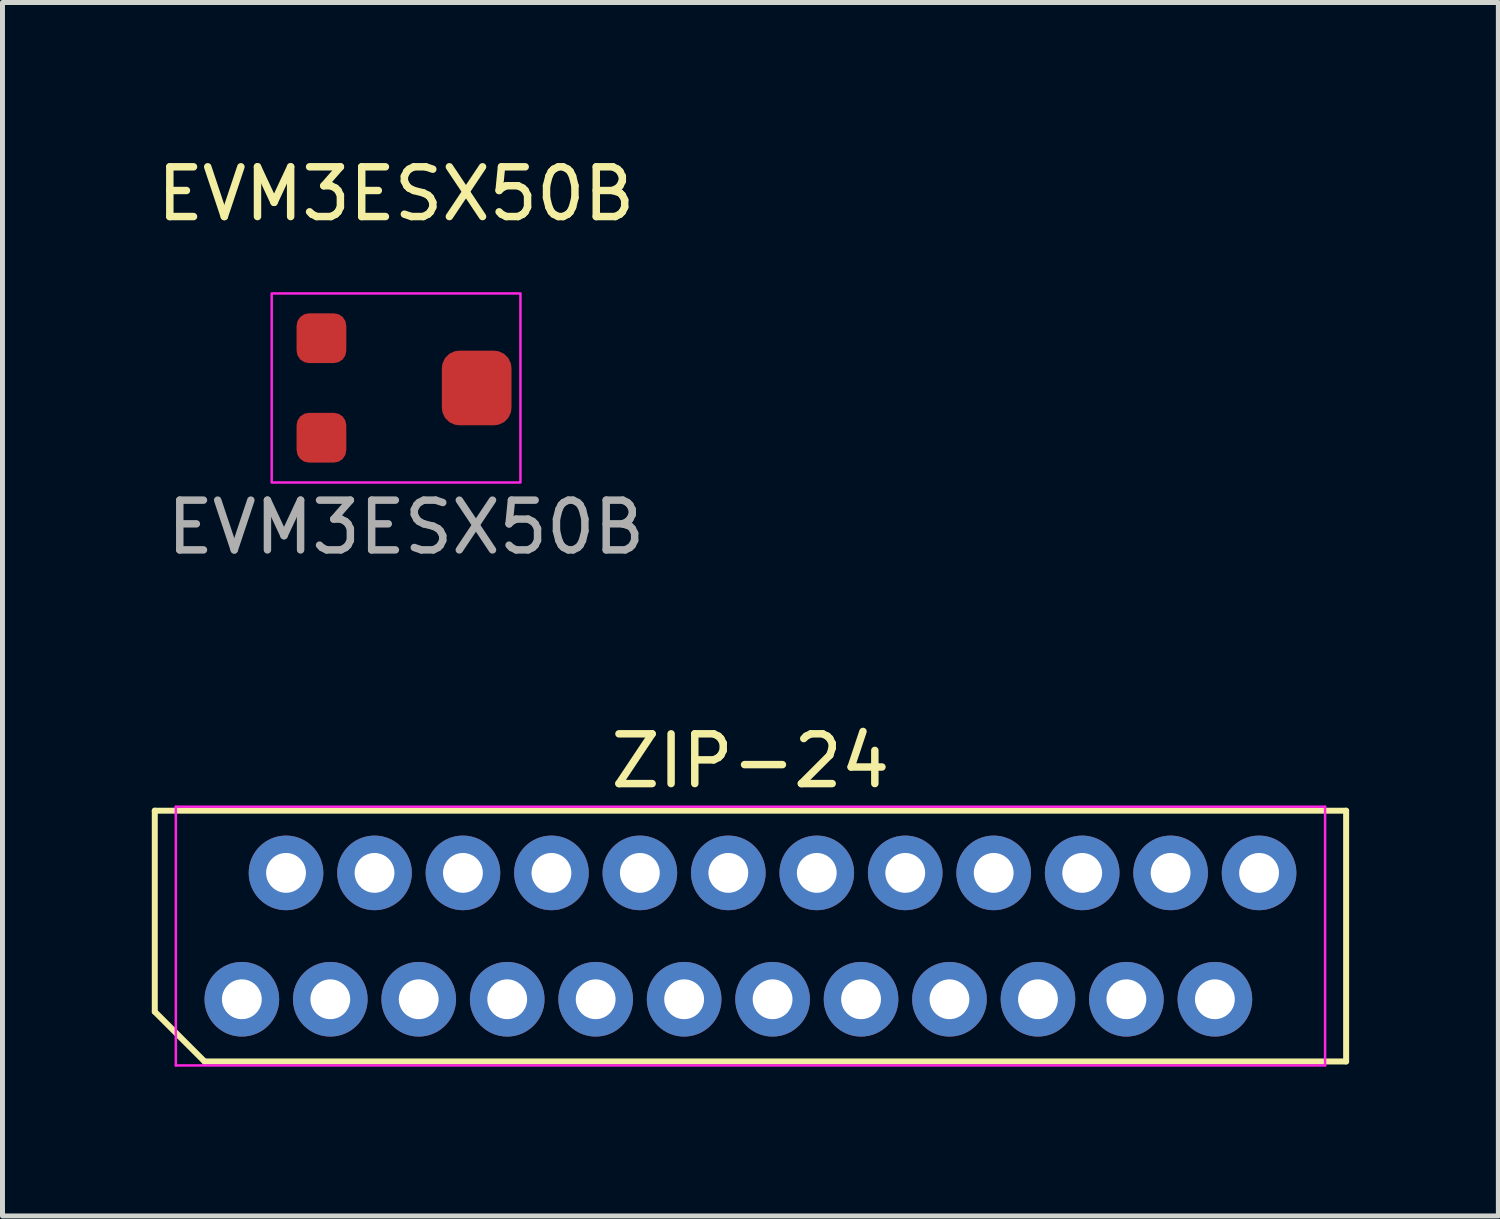
<source format=kicad_pcb>
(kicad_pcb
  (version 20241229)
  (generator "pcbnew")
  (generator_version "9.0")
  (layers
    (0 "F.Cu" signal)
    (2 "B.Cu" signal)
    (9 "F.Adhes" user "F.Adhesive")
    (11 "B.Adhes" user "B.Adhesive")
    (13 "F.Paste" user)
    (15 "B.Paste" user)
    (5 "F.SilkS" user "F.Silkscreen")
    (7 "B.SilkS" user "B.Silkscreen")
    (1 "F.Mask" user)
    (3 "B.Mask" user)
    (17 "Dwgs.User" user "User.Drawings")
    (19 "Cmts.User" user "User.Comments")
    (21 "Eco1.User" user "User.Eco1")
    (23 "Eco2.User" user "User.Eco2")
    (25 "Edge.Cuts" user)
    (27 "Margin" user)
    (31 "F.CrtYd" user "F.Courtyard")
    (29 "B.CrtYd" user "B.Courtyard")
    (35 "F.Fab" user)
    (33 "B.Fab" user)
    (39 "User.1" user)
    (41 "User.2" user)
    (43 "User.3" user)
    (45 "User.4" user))
  (footprint "ZIP-24"
    (layer "F.Cu")
    (at 12.034 15.765)
    (property "Reference" "ZIP-24" (at 0 -3.52 0) (layer "F.SilkS") (effects (font (size 1 1) (thickness 0.15))))
    (fp_line (start -11.973 -2.52) (end 11.973 -2.52) (stroke (width 0.12) (type solid)) (layer "F.SilkS"))
    (fp_line (start -11.973 1.52) (end -11.973 -2.52) (stroke (width 0.12) (type solid)) (layer "F.SilkS"))
    (fp_line (start -10.973 2.52) (end -11.973 1.52) (stroke (width 0.12) (type solid)) (layer "F.SilkS"))
    (fp_line (start 11.973 -2.52) (end 11.973 2.52) (stroke (width 0.12) (type solid)) (layer "F.SilkS"))
    (fp_line (start 11.973 2.52) (end -10.973 2.52) (stroke (width 0.12) (type solid)) (layer "F.SilkS"))
    (fp_line (start -11.55 -2.6) (end 11.55 -2.6) (stroke (width 0.05) (type solid)) (layer "F.CrtYd"))
    (fp_line (start -11.55 2.6) (end -11.55 -2.6) (stroke (width 0.05) (type solid)) (layer "F.CrtYd"))
    (fp_line (start 11.55 -2.6) (end 11.55 2.6) (stroke (width 0.05) (type solid)) (layer "F.CrtYd"))
    (fp_line (start 11.55 2.6) (end -11.55 2.6) (stroke (width 0.05) (type solid)) (layer "F.CrtYd"))
    (pad "1" thru_hole oval (at -10.223 1.27) (size 1.5 1.5) (drill 0.8) (layers "*.Cu" "*.Mask"))
    (pad "2" thru_hole oval (at -9.335 -1.27) (size 1.5 1.5) (drill 0.8) (layers "*.Cu" "*.Mask"))
    (pad "3" thru_hole oval (at -8.445 1.27) (size 1.5 1.5) (drill 0.8) (layers "*.Cu" "*.Mask"))
    (pad "4" thru_hole oval (at -7.556 -1.27) (size 1.5 1.5) (drill 0.8) (layers "*.Cu" "*.Mask"))
    (pad "5" thru_hole oval (at -6.668 1.27) (size 1.5 1.5) (drill 0.8) (layers "*.Cu" "*.Mask"))
    (pad "6" thru_hole oval (at -5.779 -1.27) (size 1.5 1.5) (drill 0.8) (layers "*.Cu" "*.Mask"))
    (pad "7" thru_hole oval (at -4.889 1.27) (size 1.5 1.5) (drill 0.8) (layers "*.Cu" "*.Mask"))
    (pad "8" thru_hole oval (at -4 -1.27) (size 1.5 1.5) (drill 0.8) (layers "*.Cu" "*.Mask"))
    (pad "9" thru_hole oval (at -3.111 1.27) (size 1.5 1.5) (drill 0.8) (layers "*.Cu" "*.Mask"))
    (pad "10" thru_hole oval (at -2.223 -1.27) (size 1.5 1.5) (drill 0.8) (layers "*.Cu" "*.Mask"))
    (pad "11" thru_hole oval (at -1.333 1.27) (size 1.5 1.5) (drill 0.8) (layers "*.Cu" "*.Mask"))
    (pad "12" thru_hole oval (at -0.445 -1.27) (size 1.5 1.5) (drill 0.8) (layers "*.Cu" "*.Mask"))
    (pad "13" thru_hole oval (at 0.445 1.27) (size 1.5 1.5) (drill 0.8) (layers "*.Cu" "*.Mask"))
    (pad "14" thru_hole oval (at 1.333 -1.27) (size 1.5 1.5) (drill 0.8) (layers "*.Cu" "*.Mask"))
    (pad "15" thru_hole oval (at 2.223 1.27) (size 1.5 1.5) (drill 0.8) (layers "*.Cu" "*.Mask"))
    (pad "16" thru_hole oval (at 3.111 -1.27) (size 1.5 1.5) (drill 0.8) (layers "*.Cu" "*.Mask"))
    (pad "17" thru_hole oval (at 4 1.27) (size 1.5 1.5) (drill 0.8) (layers "*.Cu" "*.Mask"))
    (pad "18" thru_hole oval (at 4.889 -1.27) (size 1.5 1.5) (drill 0.8) (layers "*.Cu" "*.Mask"))
    (pad "19" thru_hole oval (at 5.779 1.27) (size 1.5 1.5) (drill 0.8) (layers "*.Cu" "*.Mask"))
    (pad "20" thru_hole oval (at 6.668 -1.27) (size 1.5 1.5) (drill 0.8) (layers "*.Cu" "*.Mask"))
    (pad "21" thru_hole oval (at 7.556 1.27) (size 1.5 1.5) (drill 0.8) (layers "*.Cu" "*.Mask"))
    (pad "22" thru_hole oval (at 8.445 -1.27) (size 1.5 1.5) (drill 0.8) (layers "*.Cu" "*.Mask"))
    (pad "23" thru_hole oval (at 9.335 1.27) (size 1.5 1.5) (drill 0.8) (layers "*.Cu" "*.Mask"))
    (pad "24" thru_hole oval (at 10.223 -1.27) (size 1.5 1.5) (drill 0.8) (layers "*.Cu" "*.Mask")))
  (footprint "EVM3ESX50B"
    (layer "F.Cu")
    (at 4.911 4.748)
    (property "Reference" "EVM3ESX50B" (at 0 -3.9 0) (unlocked yes) (layer "F.SilkS") (effects (font (size 1 1) (thickness 0.15))))
    (attr smd)
    (fp_rect (start -2.5 -1.9) (end 2.5 1.9) (stroke (width 0.05) (type default)) (fill no) (layer "F.CrtYd"))
    (fp_text user "${REFERENCE}" (at 0.2 2.8 0) (unlocked yes) (layer "F.Fab") (effects (font (size 1 1) (thickness 0.15))))
    (pad "1" smd roundrect (at -1.5 -1) (size 1 1) (layers "F.Cu" "F.Mask" "F.Paste") (roundrect_rratio 0.25))
    (pad "2" smd roundrect (at 1.62 0) (size 1.4 1.5) (layers "F.Cu" "F.Mask" "F.Paste") (roundrect_rratio 0.25))
    (pad "3" smd roundrect (at -1.5 1) (size 1 1) (layers "F.Cu" "F.Mask" "F.Paste") (roundrect_rratio 0.25)))
  (gr_rect
    (start -3 -3)
    (end 27.067 21.39)
    (stroke (width 0.1) (type default))
    (fill no)
    (layer "Edge.Cuts")))
</source>
